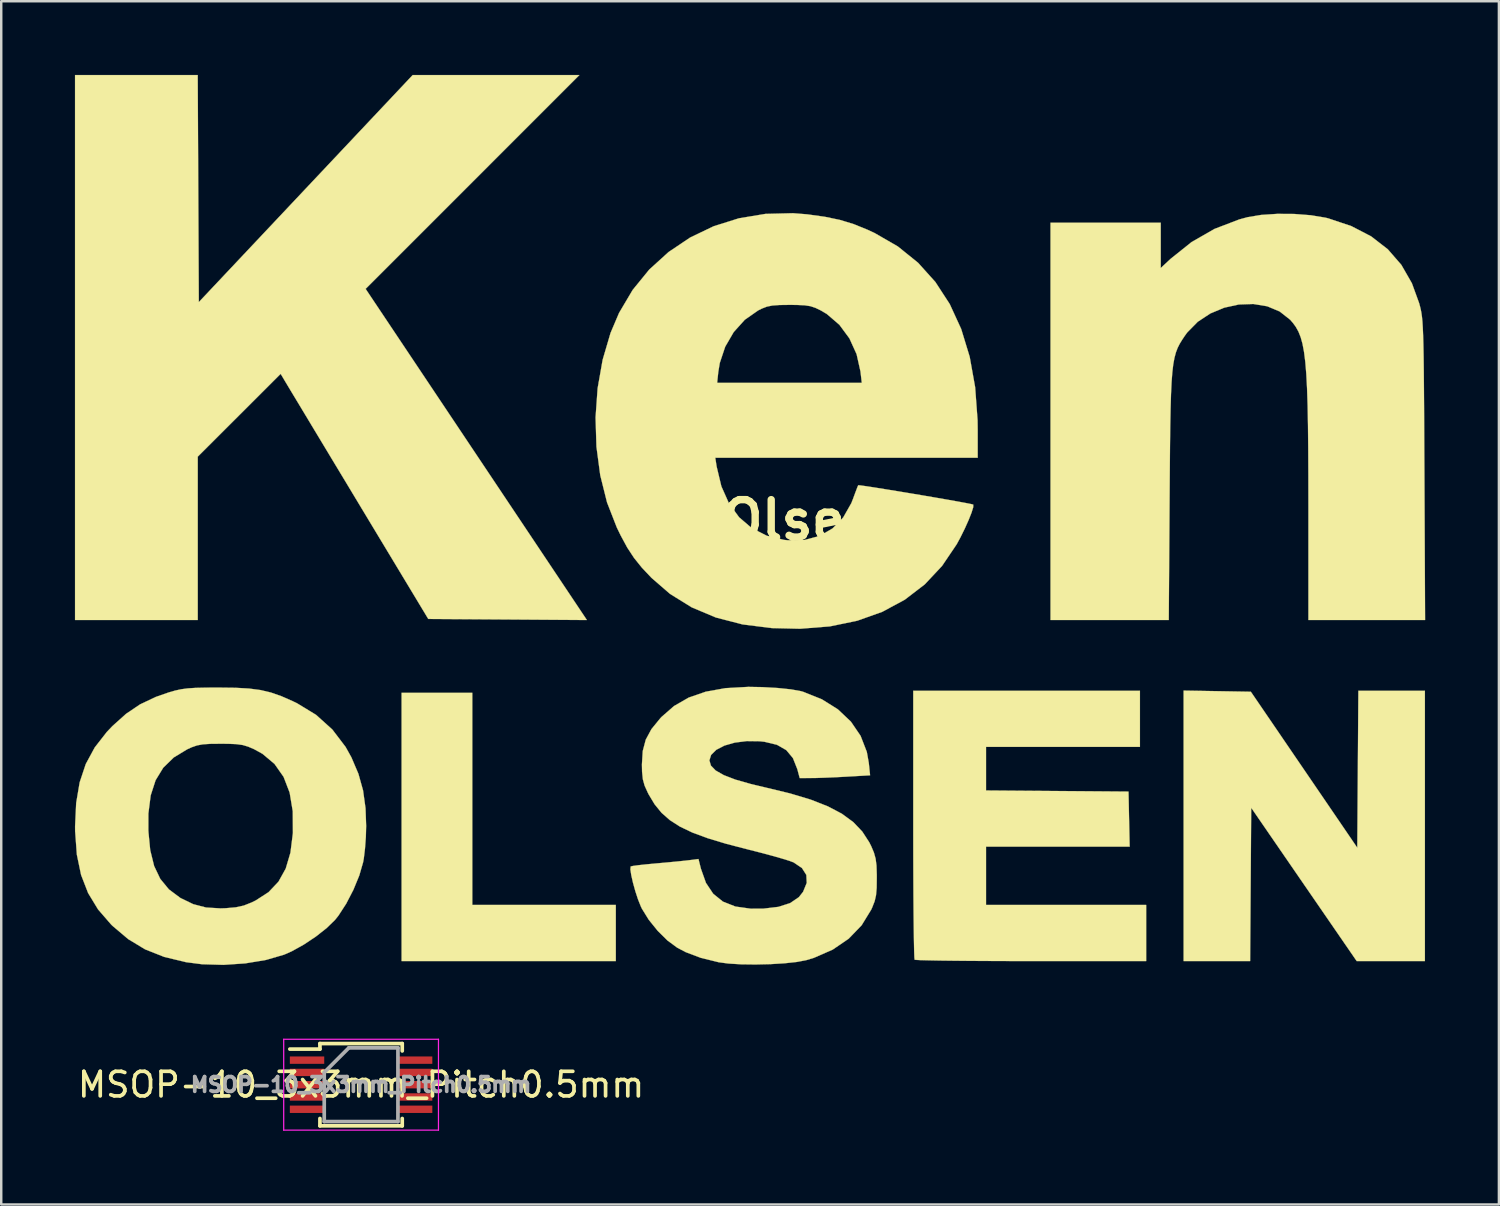
<source format=kicad_pcb>
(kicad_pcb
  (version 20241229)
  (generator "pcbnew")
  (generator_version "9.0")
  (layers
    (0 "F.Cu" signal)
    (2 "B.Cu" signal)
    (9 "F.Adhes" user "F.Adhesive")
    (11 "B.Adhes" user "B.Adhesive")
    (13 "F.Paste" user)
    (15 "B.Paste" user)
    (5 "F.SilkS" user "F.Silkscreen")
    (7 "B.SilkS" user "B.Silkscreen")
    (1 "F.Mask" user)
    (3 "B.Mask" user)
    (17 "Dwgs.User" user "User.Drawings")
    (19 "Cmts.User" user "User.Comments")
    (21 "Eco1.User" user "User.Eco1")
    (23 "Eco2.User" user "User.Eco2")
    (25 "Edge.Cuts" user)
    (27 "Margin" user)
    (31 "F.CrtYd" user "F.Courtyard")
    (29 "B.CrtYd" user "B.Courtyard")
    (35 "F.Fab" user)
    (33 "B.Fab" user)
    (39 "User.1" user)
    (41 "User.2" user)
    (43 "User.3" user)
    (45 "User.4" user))
  (footprint "KenOlsen"
    (layer "F.Cu")
    (at 27.437 18.124)
    (property "Reference" "KenOlsen" (at 0 0 0) (layer "F.SilkS") (effects (font (size 1.524 1.524) (thickness 0.3))))
    (attr through_hole)
    (fp_poly (pts (xy -11.261 15.663) (xy -5.419 15.663) (xy -5.419 17.949) (xy -14.139 17.949) (xy -14.139 7.027) (xy -11.261 7.027) (xy -11.261 15.663)) (stroke (width 0.01) (type solid)) (fill yes) (layer "F.SilkS"))
    (fp_poly (pts (xy 20.432 6.985) (xy 22.599 10.16) (xy 24.765 13.335) (xy 24.787 10.139) (xy 24.809 6.943) (xy 27.517 6.943) (xy 27.517 17.949) (xy 24.741 17.949) (xy 22.594 14.829) (xy 20.447 11.708) (xy 20.425 14.829) (xy 20.403 17.949) (xy 17.695 17.949) (xy 17.695 6.938) (xy 20.432 6.985)) (stroke (width 0.01) (type solid)) (fill yes) (layer "F.SilkS"))
    (fp_poly (pts (xy -22.416 -13.497) (xy -22.394 -8.876) (xy -18.041 -13.497) (xy -13.687 -18.119) (xy -6.901 -18.119) (xy -11.252 -13.767) (xy -15.604 -9.415) (xy -11.1 -2.674) (xy -6.596 4.066) (xy -9.825 4.044) (xy -13.053 4.022) (xy -15.886 -0.677) (xy -16.38 -1.498) (xy -16.853 -2.282) (xy -17.295 -3.016) (xy -17.7 -3.688) (xy -18.058 -4.283) (xy -18.363 -4.79) (xy -18.607 -5.194) (xy -18.781 -5.484) (xy -18.877 -5.645) (xy -18.89 -5.666) (xy -19.062 -5.956) (xy -20.749 -4.27) (xy -22.437 -2.584) (xy -22.437 4.064) (xy -27.432 4.064) (xy -27.432 -18.119) (xy -22.438 -18.119) (xy -22.416 -13.497)) (stroke (width 0.01) (type solid)) (fill yes) (layer "F.SilkS"))
    (fp_poly (pts (xy 15.917 9.229) (xy 9.652 9.229) (xy 9.652 11.004) (xy 15.452 11.049) (xy 15.475 12.171) (xy 15.499 13.293) (xy 9.652 13.293) (xy 9.652 15.663) (xy 16.171 15.663) (xy 16.171 17.949) (xy 11.486 17.949) (xy 10.611 17.948) (xy 9.787 17.945) (xy 9.03 17.941) (xy 8.355 17.935) (xy 7.777 17.928) (xy 7.313 17.919) (xy 6.977 17.91) (xy 6.785 17.9) (xy 6.745 17.893) (xy 6.735 17.801) (xy 6.726 17.553) (xy 6.718 17.165) (xy 6.71 16.651) (xy 6.703 16.025) (xy 6.697 15.301) (xy 6.693 14.493) (xy 6.69 13.617) (xy 6.689 12.686) (xy 6.689 12.39) (xy 6.689 6.943) (xy 15.917 6.943) (xy 15.917 9.229)) (stroke (width 0.01) (type solid)) (fill yes) (layer "F.SilkS"))
    (fp_poly (pts (xy 22.198 -12.464) (xy 22.871 -12.412) (xy 23.464 -12.314) (xy 23.58 -12.286) (xy 24.521 -11.971) (xy 25.329 -11.552) (xy 26.007 -11.027) (xy 26.559 -10.392) (xy 26.988 -9.644) (xy 27.283 -8.833) (xy 27.318 -8.703) (xy 27.349 -8.575) (xy 27.375 -8.437) (xy 27.398 -8.275) (xy 27.417 -8.077) (xy 27.432 -7.83) (xy 27.445 -7.521) (xy 27.456 -7.137) (xy 27.465 -6.667) (xy 27.472 -6.096) (xy 27.478 -5.412) (xy 27.484 -4.602) (xy 27.489 -3.654) (xy 27.494 -2.555) (xy 27.497 -2.053) (xy 27.525 4.064) (xy 22.775 4.064) (xy 22.775 -0.572) (xy 22.773 -1.82) (xy 22.768 -2.911) (xy 22.758 -3.858) (xy 22.743 -4.671) (xy 22.72 -5.364) (xy 22.689 -5.949) (xy 22.649 -6.438) (xy 22.598 -6.842) (xy 22.536 -7.175) (xy 22.46 -7.448) (xy 22.37 -7.674) (xy 22.264 -7.865) (xy 22.142 -8.032) (xy 22.03 -8.16) (xy 21.606 -8.494) (xy 21.099 -8.706) (xy 20.534 -8.799) (xy 19.941 -8.779) (xy 19.348 -8.649) (xy 18.782 -8.413) (xy 18.271 -8.076) (xy 17.844 -7.642) (xy 17.749 -7.512) (xy 17.634 -7.34) (xy 17.535 -7.177) (xy 17.45 -7.009) (xy 17.38 -6.822) (xy 17.321 -6.602) (xy 17.273 -6.337) (xy 17.235 -6.011) (xy 17.205 -5.611) (xy 17.182 -5.124) (xy 17.165 -4.535) (xy 17.151 -3.832) (xy 17.141 -2.999) (xy 17.133 -2.025) (xy 17.125 -0.953) (xy 17.091 4.064) (xy 12.277 4.064) (xy 12.277 -12.107) (xy 16.764 -12.107) (xy 16.764 -10.263) (xy 17.166 -10.638) (xy 18.018 -11.32) (xy 18.955 -11.857) (xy 19.962 -12.242) (xy 20.302 -12.334) (xy 20.853 -12.425) (xy 21.505 -12.468) (xy 22.198 -12.464)) (stroke (width 0.01) (type solid)) (fill yes) (layer "F.SilkS"))
    (fp_poly (pts (xy -20.907 6.824) (xy -20.351 6.855) (xy -19.881 6.917) (xy -19.456 7.018) (xy -19.033 7.166) (xy -18.572 7.369) (xy -18.394 7.455) (xy -17.622 7.925) (xy -16.96 8.521) (xy -16.419 9.231) (xy -16.182 9.657) (xy -15.896 10.328) (xy -15.708 11.001) (xy -15.607 11.728) (xy -15.582 12.446) (xy -15.594 12.9) (xy -15.629 13.368) (xy -15.678 13.776) (xy -15.706 13.928) (xy -15.861 14.464) (xy -16.101 15.047) (xy -16.394 15.613) (xy -16.712 16.102) (xy -16.849 16.273) (xy -17.187 16.603) (xy -17.63 16.952) (xy -18.123 17.28) (xy -18.611 17.551) (xy -18.922 17.688) (xy -19.664 17.904) (xy -20.505 18.043) (xy -21.388 18.103) (xy -22.261 18.078) (xy -22.914 17.994) (xy -23.805 17.779) (xy -24.578 17.473) (xy -25.267 17.057) (xy -25.908 16.515) (xy -25.962 16.462) (xy -26.495 15.847) (xy -26.9 15.181) (xy -27.186 14.444) (xy -27.359 13.614) (xy -27.428 12.669) (xy -27.429 12.656) (xy -24.448 12.656) (xy -24.372 13.435) (xy -24.213 14.079) (xy -23.962 14.605) (xy -23.611 15.031) (xy -23.152 15.374) (xy -23.135 15.384) (xy -22.621 15.633) (xy -22.099 15.769) (xy -21.507 15.804) (xy -21.3 15.797) (xy -20.889 15.761) (xy -20.564 15.69) (xy -20.239 15.561) (xy -20.075 15.48) (xy -19.554 15.143) (xy -19.15 14.715) (xy -18.856 14.185) (xy -18.664 13.536) (xy -18.566 12.757) (xy -18.564 12.723) (xy -18.57 11.848) (xy -18.696 11.091) (xy -18.943 10.45) (xy -19.312 9.924) (xy -19.804 9.511) (xy -20.145 9.323) (xy -20.385 9.22) (xy -20.607 9.154) (xy -20.862 9.118) (xy -21.202 9.104) (xy -21.505 9.102) (xy -21.928 9.106) (xy -22.232 9.126) (xy -22.467 9.17) (xy -22.683 9.245) (xy -22.86 9.325) (xy -23.412 9.659) (xy -23.841 10.076) (xy -24.153 10.587) (xy -24.353 11.205) (xy -24.447 11.942) (xy -24.448 12.656) (xy -27.429 12.656) (xy -27.431 12.473) (xy -27.386 11.514) (xy -27.244 10.674) (xy -26.996 9.929) (xy -26.631 9.254) (xy -26.14 8.624) (xy -25.909 8.381) (xy -25.354 7.883) (xy -24.784 7.499) (xy -24.144 7.196) (xy -23.622 7.014) (xy -23.359 6.938) (xy -23.111 6.884) (xy -22.842 6.848) (xy -22.513 6.827) (xy -22.086 6.818) (xy -21.59 6.816) (xy -20.907 6.824)) (stroke (width 0.01) (type solid)) (fill yes) (layer "F.SilkS"))
    (fp_poly (pts (xy 2.371 -12.449) (xy 3.091 -12.349) (xy 3.703 -12.222) (xy 4.264 -12.051) (xy 4.835 -11.819) (xy 5.122 -11.685) (xy 6.062 -11.142) (xy 6.885 -10.478) (xy 7.59 -9.695) (xy 8.176 -8.794) (xy 8.642 -7.779) (xy 8.987 -6.65) (xy 9.209 -5.412) (xy 9.308 -4.065) (xy 9.313 -3.662) (xy 9.313 -2.54) (xy -1.37 -2.54) (xy -1.314 -2.18) (xy -1.122 -1.377) (xy -0.815 -0.687) (xy -0.4 -0.117) (xy 0.117 0.326) (xy 0.729 0.635) (xy 1.428 0.803) (xy 1.588 0.82) (xy 2.276 0.804) (xy 2.886 0.64) (xy 3.41 0.333) (xy 3.84 -0.113) (xy 4.168 -0.691) (xy 4.23 -0.848) (xy 4.332 -1.124) (xy 4.41 -1.33) (xy 4.448 -1.42) (xy 4.448 -1.421) (xy 4.532 -1.415) (xy 4.758 -1.384) (xy 5.098 -1.332) (xy 5.528 -1.263) (xy 6.021 -1.183) (xy 6.551 -1.095) (xy 7.092 -1.004) (xy 7.619 -0.914) (xy 8.106 -0.829) (xy 8.527 -0.754) (xy 8.855 -0.693) (xy 9.065 -0.651) (xy 9.132 -0.633) (xy 9.131 -0.528) (xy 9.063 -0.307) (xy 8.943 -0.005) (xy 8.786 0.346) (xy 8.605 0.711) (xy 8.456 0.985) (xy 7.862 1.863) (xy 7.157 2.615) (xy 6.345 3.238) (xy 5.428 3.732) (xy 4.41 4.094) (xy 3.293 4.325) (xy 2.081 4.421) (xy 0.931 4.394) (xy -0.261 4.244) (xy -1.347 3.963) (xy -2.33 3.549) (xy -3.211 3.003) (xy -3.967 2.348) (xy -4.361 1.93) (xy -4.677 1.537) (xy -4.953 1.117) (xy -5.223 0.617) (xy -5.379 0.296) (xy -5.776 -0.721) (xy -6.052 -1.826) (xy -6.207 -2.99) (xy -6.243 -4.181) (xy -6.159 -5.37) (xy -6.12 -5.588) (xy -1.294 -5.588) (xy 4.595 -5.588) (xy 4.541 -6.052) (xy 4.383 -6.757) (xy 4.091 -7.399) (xy 3.683 -7.952) (xy 3.173 -8.39) (xy 2.93 -8.535) (xy 2.708 -8.642) (xy 2.504 -8.71) (xy 2.267 -8.746) (xy 1.945 -8.761) (xy 1.651 -8.763) (xy 1.243 -8.758) (xy 0.954 -8.737) (xy 0.732 -8.692) (xy 0.528 -8.613) (xy 0.372 -8.535) (xy -0.167 -8.158) (xy -0.619 -7.657) (xy -0.966 -7.06) (xy -1.187 -6.397) (xy -1.247 -6.032) (xy -1.294 -5.588) (xy -6.12 -5.588) (xy -5.955 -6.527) (xy -5.633 -7.621) (xy -5.286 -8.437) (xy -4.732 -9.373) (xy -4.056 -10.202) (xy -3.272 -10.914) (xy -2.394 -11.504) (xy -1.434 -11.965) (xy -0.407 -12.288) (xy 0.674 -12.467) (xy 1.795 -12.495) (xy 2.371 -12.449)) (stroke (width 0.01) (type solid)) (fill yes) (layer "F.SilkS"))
    (fp_poly (pts (xy 0.546 6.797) (xy 1.178 6.833) (xy 1.706 6.888) (xy 2.101 6.958) (xy 2.201 6.985) (xy 2.968 7.292) (xy 3.621 7.701) (xy 4.151 8.202) (xy 4.547 8.783) (xy 4.799 9.433) (xy 4.879 9.879) (xy 4.932 10.387) (xy 3.969 10.442) (xy 3.525 10.466) (xy 3.089 10.484) (xy 2.722 10.496) (xy 2.536 10.498) (xy 2.067 10.499) (xy 1.97 10.136) (xy 1.792 9.688) (xy 1.521 9.362) (xy 1.14 9.144) (xy 0.632 9.022) (xy 0.438 9.001) (xy -0.089 8.994) (xy -0.577 9.056) (xy -0.999 9.177) (xy -1.328 9.348) (xy -1.54 9.558) (xy -1.609 9.779) (xy -1.547 9.992) (xy -1.355 10.19) (xy -1.026 10.379) (xy -0.551 10.562) (xy 0.079 10.742) (xy 0.677 10.884) (xy 1.672 11.124) (xy 2.512 11.376) (xy 3.211 11.65) (xy 3.785 11.952) (xy 4.248 12.292) (xy 4.614 12.676) (xy 4.898 13.113) (xy 4.977 13.27) (xy 5.089 13.535) (xy 5.157 13.779) (xy 5.193 14.06) (xy 5.205 14.436) (xy 5.205 14.563) (xy 5.2 14.972) (xy 5.174 15.269) (xy 5.118 15.513) (xy 5.021 15.761) (xy 4.979 15.854) (xy 4.588 16.492) (xy 4.061 17.038) (xy 3.411 17.482) (xy 2.648 17.816) (xy 2.328 17.913) (xy 1.949 17.985) (xy 1.449 18.039) (xy 0.874 18.074) (xy 0.271 18.088) (xy -0.312 18.081) (xy -0.83 18.05) (xy -1.228 17.997) (xy -1.961 17.817) (xy -2.572 17.586) (xy -2.919 17.404) (xy -3.312 17.115) (xy -3.714 16.718) (xy -4.077 16.268) (xy -4.356 15.817) (xy -4.4 15.725) (xy -4.515 15.437) (xy -4.625 15.101) (xy -4.72 14.758) (xy -4.79 14.449) (xy -4.825 14.215) (xy -4.813 14.098) (xy -4.812 14.097) (xy -4.718 14.076) (xy -4.49 14.045) (xy -4.161 14.01) (xy -3.766 13.973) (xy -3.763 13.973) (xy -3.329 13.934) (xy -2.921 13.895) (xy -2.59 13.861) (xy -2.403 13.839) (xy -2.054 13.794) (xy -1.954 14.191) (xy -1.75 14.765) (xy -1.454 15.209) (xy -1.058 15.529) (xy -0.551 15.729) (xy 0.074 15.817) (xy 0.584 15.815) (xy 1.204 15.741) (xy 1.683 15.586) (xy 2.034 15.346) (xy 2.204 15.131) (xy 2.353 14.768) (xy 2.337 14.442) (xy 2.159 14.162) (xy 1.822 13.934) (xy 1.818 13.932) (xy 1.638 13.865) (xy 1.326 13.769) (xy 0.915 13.653) (xy 0.438 13.526) (xy -0.019 13.41) (xy -0.922 13.176) (xy -1.676 12.948) (xy -2.298 12.719) (xy -2.807 12.476) (xy -3.221 12.21) (xy -3.559 11.911) (xy -3.839 11.567) (xy -4.079 11.168) (xy -4.118 11.091) (xy -4.246 10.809) (xy -4.318 10.548) (xy -4.35 10.238) (xy -4.356 9.948) (xy -4.322 9.398) (xy -4.199 8.934) (xy -3.967 8.505) (xy -3.605 8.061) (xy -3.558 8.011) (xy -3.048 7.566) (xy -2.453 7.224) (xy -1.76 6.984) (xy -0.956 6.839) (xy -0.026 6.787) (xy 0.546 6.797)) (stroke (width 0.01) (type solid)) (fill yes) (layer "F.SilkS")))
  (footprint "MSOP-10_3x3mm_Pitch0.5mm"
    (layer "F.Cu")
    (at 11.649 41.106)
    (property "Reference" "MSOP-10_3x3mm_Pitch0.5mm" (at 0 0 0) (layer "F.SilkS") (effects (font (size 1 1) (thickness 0.15))))
    (attr smd)
    (fp_line (start -1.675 -1.675) (end -1.675 -1.45) (stroke (width 0.15) (type solid)) (layer "F.SilkS"))
    (fp_line (start -1.675 -1.675) (end 1.675 -1.675) (stroke (width 0.15) (type solid)) (layer "F.SilkS"))
    (fp_line (start -1.675 -1.45) (end -2.9 -1.45) (stroke (width 0.15) (type solid)) (layer "F.SilkS"))
    (fp_line (start -1.675 1.675) (end -1.675 1.375) (stroke (width 0.15) (type solid)) (layer "F.SilkS"))
    (fp_line (start -1.675 1.675) (end 1.675 1.675) (stroke (width 0.15) (type solid)) (layer "F.SilkS"))
    (fp_line (start 1.675 -1.675) (end 1.675 -1.375) (stroke (width 0.15) (type solid)) (layer "F.SilkS"))
    (fp_line (start 1.675 1.675) (end 1.675 1.375) (stroke (width 0.15) (type solid)) (layer "F.SilkS"))
    (fp_line (start -3.15 -1.85) (end -3.15 1.85) (stroke (width 0.05) (type solid)) (layer "F.CrtYd"))
    (fp_line (start -3.15 -1.85) (end 3.15 -1.85) (stroke (width 0.05) (type solid)) (layer "F.CrtYd"))
    (fp_line (start -3.15 1.85) (end 3.15 1.85) (stroke (width 0.05) (type solid)) (layer "F.CrtYd"))
    (fp_line (start 3.15 -1.85) (end 3.15 1.85) (stroke (width 0.05) (type solid)) (layer "F.CrtYd"))
    (fp_line (start -1.5 -0.5) (end -0.5 -1.5) (stroke (width 0.15) (type solid)) (layer "F.Fab"))
    (fp_line (start -1.5 1.5) (end -1.5 -0.5) (stroke (width 0.15) (type solid)) (layer "F.Fab"))
    (fp_line (start -0.5 -1.5) (end 1.5 -1.5) (stroke (width 0.15) (type solid)) (layer "F.Fab"))
    (fp_line (start 1.5 -1.5) (end 1.5 1.5) (stroke (width 0.15) (type solid)) (layer "F.Fab"))
    (fp_line (start 1.5 1.5) (end -1.5 1.5) (stroke (width 0.15) (type solid)) (layer "F.Fab"))
    (fp_text user "${REFERENCE}" (at 0 0 0) (layer "F.Fab") (effects (font (size 0.6 0.6) (thickness 0.15))))
    (pad "1" smd rect (at -2.2 -1) (size 1.4 0.3) (layers "F.Cu" "F.Mask" "F.Paste"))
    (pad "2" smd rect (at -2.2 -0.5) (size 1.4 0.3) (layers "F.Cu" "F.Mask" "F.Paste"))
    (pad "3" smd rect (at -2.2 0) (size 1.4 0.3) (layers "F.Cu" "F.Mask" "F.Paste"))
    (pad "4" smd rect (at -2.2 0.5) (size 1.4 0.3) (layers "F.Cu" "F.Mask" "F.Paste"))
    (pad "5" smd rect (at -2.2 1) (size 1.4 0.3) (layers "F.Cu" "F.Mask" "F.Paste"))
    (pad "6" smd rect (at 2.2 1) (size 1.4 0.3) (layers "F.Cu" "F.Mask" "F.Paste"))
    (pad "7" smd rect (at 2.2 0.5) (size 1.4 0.3) (layers "F.Cu" "F.Mask" "F.Paste"))
    (pad "8" smd rect (at 2.2 0) (size 1.4 0.3) (layers "F.Cu" "F.Mask" "F.Paste"))
    (pad "9" smd rect (at 2.2 -0.5) (size 1.4 0.3) (layers "F.Cu" "F.Mask" "F.Paste"))
    (pad "10" smd rect (at 2.2 -1) (size 1.4 0.3) (layers "F.Cu" "F.Mask" "F.Paste")))
  (gr_rect
    (start -3 -3)
    (end 57.967 45.981)
    (stroke (width 0.1) (type default))
    (fill no)
    (layer "Edge.Cuts")))
</source>
